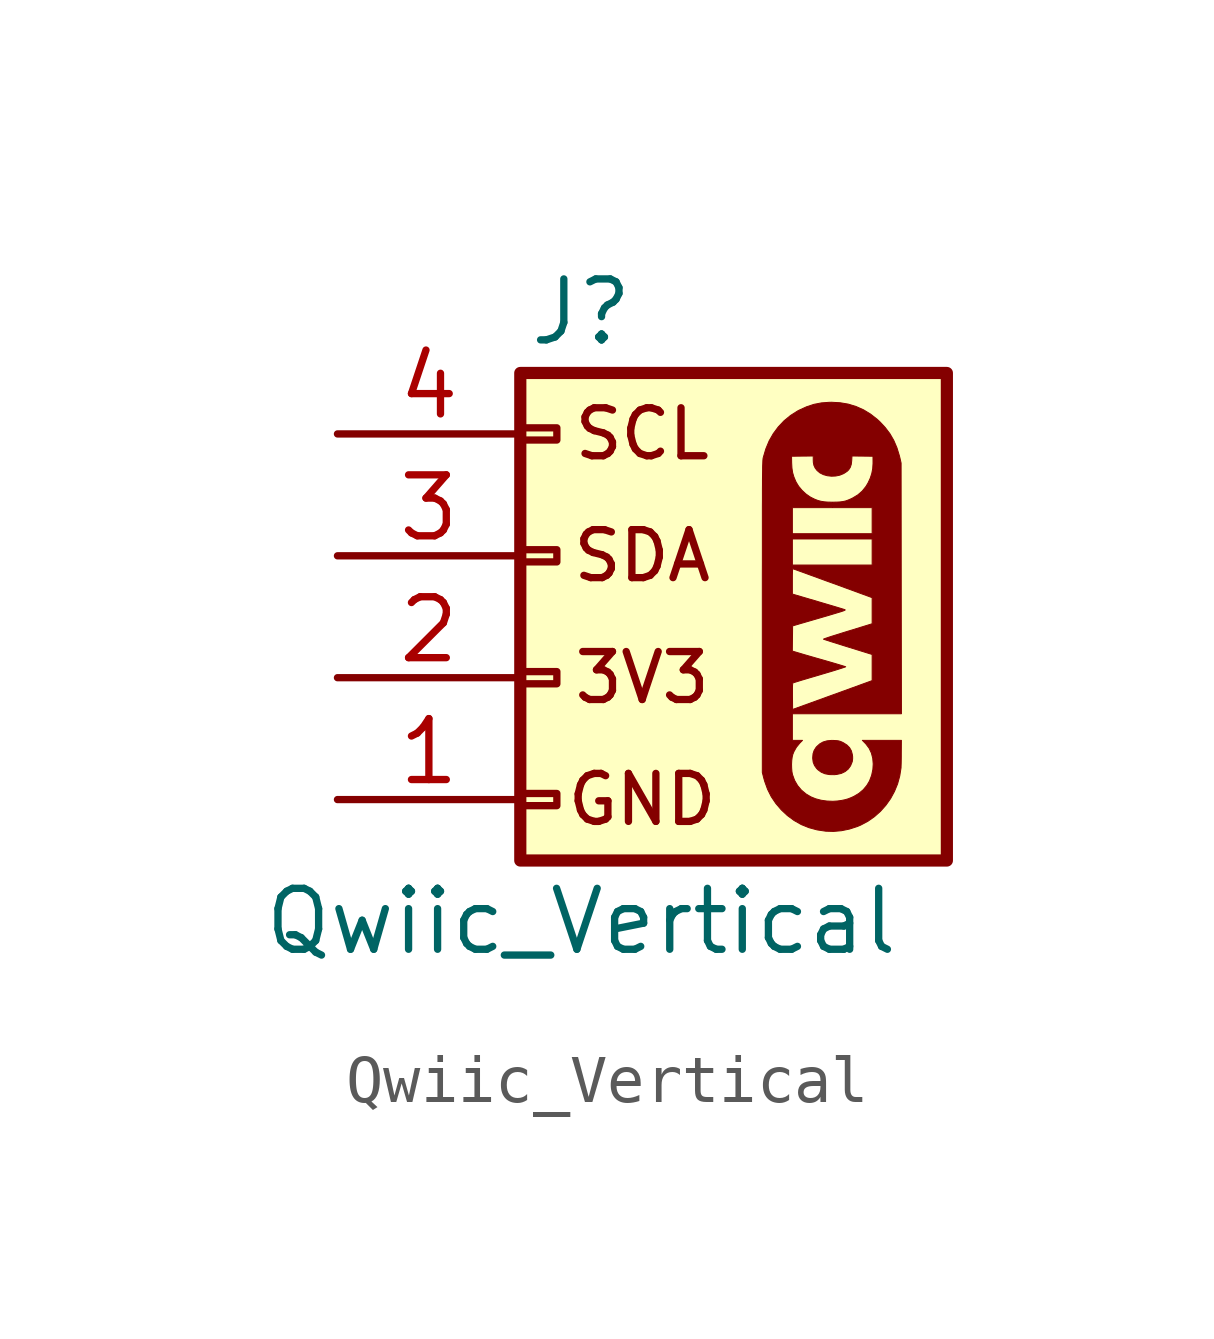
<source format=kicad_sym>
(kicad_symbol_lib
  (version 20231120)
  (generator "kicad_symbol_editor")
  (generator_version "8.0")
  (symbol "Qwiic_Vertical"
    (pin_names
      (offset 1.016) hide)
    (property "Reference" "J"
      (at 0 5.08 0)
      (effects (font (size 1.27 1.27))))
    (property "Value" "Qwiic_Vertical"
      (at 0 -7.62 0)
      (effects (font (size 1.27 1.27))))
    (symbol "Qwiic_Vertical_0_0"
      (polyline (pts (xy 5.651 -4.146) (xy 5.63 -4.065) (xy 5.592 -3.998) (xy 5.537 -3.943) (xy 5.463 -3.896) (xy 5.439 -3.884) (xy 5.402 -3.868) (xy 5.368 -3.858) (xy 5.329 -3.852) (xy 5.277 -3.849) (xy 5.218 -3.847) (xy 5.123 -3.856) (xy 5.04 -3.88) (xy 4.97 -3.92) (xy 4.908 -3.976) (xy 4.894 -3.992) (xy 4.854 -4.055) (xy 4.831 -4.124) (xy 4.824 -4.205) (xy 4.824 -4.222) (xy 4.834 -4.301) (xy 4.861 -4.369) (xy 4.905 -4.431) (xy 4.933 -4.459) (xy 5.001 -4.509) (xy 5.079 -4.542) (xy 5.17 -4.559) (xy 5.274 -4.561) (xy 5.326 -4.556) (xy 5.42 -4.535) (xy 5.499 -4.497) (xy 5.564 -4.444) (xy 5.613 -4.376) (xy 5.647 -4.293) (xy 5.65 -4.279) (xy 5.656 -4.232) (xy 5.656 -4.188) (xy 5.651 -4.146)) (stroke (width 0.01) (type default)) (fill (type outline)))
      (polyline (pts (xy 6.669 -0.679) (xy 6.666 1.933) (xy 6.642 2.039) (xy 6.63 2.087) (xy 6.579 2.253) (xy 6.514 2.404) (xy 6.434 2.543) (xy 6.336 2.673) (xy 6.221 2.796) (xy 6.17 2.843) (xy 6.03 2.953) (xy 5.884 3.042) (xy 5.729 3.111) (xy 5.567 3.161) (xy 5.395 3.19) (xy 5.215 3.2) (xy 5.17 3.199) (xy 5.006 3.187) (xy 4.851 3.157) (xy 4.701 3.108) (xy 4.551 3.04) (xy 4.51 3.019) (xy 4.361 2.924) (xy 4.226 2.813) (xy 4.107 2.687) (xy 4.003 2.547) (xy 3.916 2.395) (xy 3.847 2.229) (xy 3.795 2.053) (xy 3.793 2.045) (xy 3.791 2.036) (xy 3.789 2.024) (xy 3.788 2.011) (xy 3.786 1.994) (xy 3.785 1.973) (xy 3.784 1.948) (xy 3.783 1.918) (xy 3.781 1.881) (xy 3.78 1.838) (xy 3.78 1.787) (xy 3.779 1.728) (xy 3.778 1.659) (xy 3.777 1.581) (xy 3.777 1.492) (xy 3.776 1.393) (xy 3.776 1.28) (xy 3.776 1.156) (xy 3.775 1.017) (xy 3.775 0.865) (xy 3.775 0.697) (xy 3.775 0.514) (xy 3.775 0.314) (xy 3.775 0.097) (xy 3.775 -0.139) (xy 3.774 -0.393) (xy 3.774 -0.666) (xy 3.774 -0.96) (xy 3.774 -1.274) (xy 3.774 -4.515) (xy 3.804 -4.632) (xy 3.824 -4.703) (xy 3.884 -4.868) (xy 3.961 -5.021) (xy 4.056 -5.162) (xy 4.17 -5.295) (xy 4.295 -5.412) (xy 4.436 -5.516) (xy 4.586 -5.601) (xy 4.746 -5.666) (xy 4.916 -5.712) (xy 5.096 -5.739) (xy 5.257 -5.744) (xy 5.423 -5.729) (xy 5.589 -5.695) (xy 5.753 -5.642) (xy 5.824 -5.612) (xy 5.973 -5.533) (xy 6.111 -5.436) (xy 6.237 -5.324) (xy 6.349 -5.198) (xy 6.447 -5.06) (xy 6.528 -4.911) (xy 6.593 -4.753) (xy 6.638 -4.588) (xy 6.665 -4.417) (xy 6.665 -4.405) (xy 6.666 -4.37) (xy 6.668 -4.32) (xy 6.669 -4.257) (xy 6.67 -4.186) (xy 6.67 -4.11) (xy 6.672 -3.846) (xy 6.266 -3.846) (xy 5.859 -3.846) (xy 5.922 -3.91) (xy 5.935 -3.924) (xy 6 -4.011) (xy 6.047 -4.11) (xy 6.075 -4.219) (xy 6.085 -4.338) (xy 6.078 -4.451) (xy 6.052 -4.575) (xy 6.007 -4.694) (xy 5.952 -4.786) (xy 5.877 -4.875) (xy 5.786 -4.952) (xy 5.683 -5.013) (xy 5.631 -5.037) (xy 5.564 -5.064) (xy 5.498 -5.083) (xy 5.425 -5.098) (xy 5.338 -5.11) (xy 5.245 -5.116) (xy 5.122 -5.111) (xy 5 -5.094) (xy 4.886 -5.064) (xy 4.786 -5.023) (xy 4.683 -4.962) (xy 4.588 -4.882) (xy 4.509 -4.788) (xy 4.447 -4.681) (xy 4.404 -4.563) (xy 4.403 -4.561) (xy 4.391 -4.499) (xy 4.385 -4.424) (xy 4.383 -4.345) (xy 4.387 -4.266) (xy 4.396 -4.196) (xy 4.409 -4.14) (xy 4.432 -4.082) (xy 4.485 -3.988) (xy 4.555 -3.903) (xy 4.611 -3.846) (xy 4.505 -3.846) (xy 4.4 -3.846) (xy 4.4 -3.569) (xy 4.4 -3.291) (xy 4.405 -3.291) (xy 4.405 -3.202) (xy 4.402 -2.93) (xy 4.402 -2.896) (xy 4.402 -2.808) (xy 4.402 -2.739) (xy 4.404 -2.691) (xy 4.407 -2.661) (xy 4.411 -2.65) (xy 4.414 -2.648) (xy 4.434 -2.642) (xy 4.472 -2.63) (xy 4.527 -2.613) (xy 4.595 -2.592) (xy 4.676 -2.568) (xy 4.767 -2.541) (xy 4.866 -2.512) (xy 4.971 -2.481) (xy 5.017 -2.467) (xy 5.119 -2.437) (xy 5.213 -2.409) (xy 5.298 -2.383) (xy 5.371 -2.36) (xy 5.431 -2.341) (xy 5.475 -2.326) (xy 5.503 -2.317) (xy 5.511 -2.312) (xy 5.505 -2.31) (xy 5.48 -2.302) (xy 5.437 -2.288) (xy 5.379 -2.271) (xy 5.309 -2.25) (xy 5.228 -2.226) (xy 5.138 -2.2) (xy 5.041 -2.172) (xy 4.985 -2.156) (xy 4.886 -2.128) (xy 4.793 -2.101) (xy 4.706 -2.076) (xy 4.63 -2.054) (xy 4.567 -2.035) (xy 4.519 -2.021) (xy 4.489 -2.012) (xy 4.399 -1.985) (xy 4.402 -1.723) (xy 4.405 -1.461) (xy 4.584 -1.408) (xy 4.616 -1.399) (xy 4.774 -1.353) (xy 4.912 -1.313) (xy 5.032 -1.278) (xy 5.135 -1.248) (xy 5.222 -1.222) (xy 5.295 -1.2) (xy 5.354 -1.182) (xy 5.402 -1.168) (xy 5.438 -1.156) (xy 5.465 -1.147) (xy 5.483 -1.139) (xy 5.495 -1.134) (xy 5.5 -1.13) (xy 5.5 -1.126) (xy 5.497 -1.124) (xy 5.492 -1.121) (xy 5.49 -1.121) (xy 5.469 -1.114) (xy 5.43 -1.102) (xy 5.374 -1.085) (xy 5.305 -1.064) (xy 5.224 -1.04) (xy 5.133 -1.013) (xy 5.034 -0.984) (xy 4.93 -0.953) (xy 4.4 -0.797) (xy 4.4 -0.533) (xy 4.4 -0.479) (xy 4.4 -0.411) (xy 4.402 -0.353) (xy 4.403 -0.308) (xy 4.405 -0.279) (xy 4.407 -0.269) (xy 4.409 -0.269) (xy 4.428 -0.276) (xy 4.466 -0.289) (xy 4.52 -0.309) (xy 4.59 -0.334) (xy 4.673 -0.364) (xy 4.768 -0.399) (xy 4.874 -0.437) (xy 4.988 -0.479) (xy 5.11 -0.524) (xy 5.238 -0.57) (xy 6.063 -0.872) (xy 6.063 -0.193) (xy 5.231 -0.193) (xy 4.4 -0.193) (xy 4.4 0.079) (xy 4.4 0.351) (xy 5.231 0.351) (xy 6.063 0.351) (xy 6.063 0.46) (xy 5.231 0.46) (xy 4.4 0.46) (xy 4.4 0.732) (xy 4.4 1.004) (xy 5.231 1.004) (xy 5.237 1.004) (xy 5.237 1.118) (xy 5.146 1.119) (xy 5.067 1.125) (xy 4.997 1.136) (xy 4.933 1.153) (xy 4.868 1.178) (xy 4.797 1.213) (xy 4.766 1.23) (xy 4.681 1.29) (xy 4.601 1.365) (xy 4.531 1.449) (xy 4.478 1.536) (xy 4.469 1.556) (xy 4.431 1.646) (xy 4.405 1.735) (xy 4.391 1.83) (xy 4.385 1.939) (xy 4.383 2.075) (xy 4.609 2.078) (xy 4.835 2.08) (xy 4.835 1.996) (xy 4.837 1.948) (xy 4.849 1.886) (xy 4.874 1.832) (xy 4.914 1.779) (xy 4.973 1.729) (xy 5.046 1.692) (xy 5.128 1.669) (xy 5.215 1.659) (xy 5.304 1.663) (xy 5.39 1.681) (xy 5.47 1.714) (xy 5.54 1.76) (xy 5.573 1.792) (xy 5.607 1.844) (xy 5.628 1.907) (xy 5.637 1.984) (xy 5.642 2.08) (xy 5.861 2.078) (xy 6.08 2.075) (xy 6.081 1.971) (xy 6.081 1.921) (xy 6.074 1.813) (xy 6.055 1.716) (xy 6.024 1.62) (xy 5.978 1.52) (xy 5.934 1.446) (xy 5.857 1.35) (xy 5.765 1.27) (xy 5.659 1.206) (xy 5.625 1.189) (xy 5.565 1.163) (xy 5.51 1.143) (xy 5.455 1.131) (xy 5.395 1.123) (xy 5.324 1.119) (xy 5.237 1.118) (xy 5.237 1.004) (xy 6.063 1.004) (xy 6.063 0.732) (xy 6.063 0.46) (xy 6.063 0.351) (xy 6.063 0.079) (xy 6.063 -0.193) (xy 6.063 -0.872) (xy 6.063 -1.144) (xy 6.063 -1.416) (xy 5.552 -1.573) (xy 5.536 -1.578) (xy 5.436 -1.609) (xy 5.344 -1.638) (xy 5.26 -1.664) (xy 5.188 -1.687) (xy 5.129 -1.707) (xy 5.085 -1.722) (xy 5.058 -1.732) (xy 5.049 -1.737) (xy 5.049 -1.737) (xy 5.062 -1.742) (xy 5.094 -1.753) (xy 5.142 -1.768) (xy 5.205 -1.789) (xy 5.28 -1.812) (xy 5.366 -1.839) (xy 5.46 -1.869) (xy 5.56 -1.9) (xy 6.063 -2.056) (xy 6.063 -2.328) (xy 6.063 -2.601) (xy 5.234 -2.902) (xy 4.405 -3.202) (xy 4.405 -3.291) (xy 5.536 -3.291) (xy 6.673 -3.291) (xy 6.669 -0.679)) (stroke (width 0.01) (type default)) (fill (type outline))))
    (symbol "Qwiic_Vertical_1_1"
      (rectangle (start -1.27 -4.953) (end -0.508 -5.207) (stroke (width 0.152) (type default)) (fill (type none)))
      (rectangle (start -1.27 -2.413) (end -0.508 -2.667) (stroke (width 0.152) (type default)) (fill (type none)))
      (rectangle (start -1.27 0.127) (end -0.508 -0.127) (stroke (width 0.152) (type default)) (fill (type none)))
      (rectangle (start -1.27 2.667) (end -0.508 2.413) (stroke (width 0.152) (type default)) (fill (type none)))
      (rectangle (start -1.27 3.81) (end 7.62 -6.35) (stroke (width 0.254) (type default)) (fill (type background)))
      (text "3V3" (at 1.27 -2.54 0) (effects (font (size 1 1))))
      (text "GND" (at 1.27 -5.08 0) (effects (font (size 1 1))))
      (text "SCL" (at 1.27 2.54 0) (effects (font (size 1 1))))
      (text "SDA" (at 1.27 0 0) (effects (font (size 1 1))))
      (pin passive line (at -5.08 -5.08 0) (length 3.81) (name "Pin_1" (effects (font (size 1.27 1.27)))) (number "1" (effects (font (size 1.27 1.27)))))
      (pin passive line (at -5.08 -2.54 0) (length 3.81) (name "Pin_2" (effects (font (size 1.27 1.27)))) (number "2" (effects (font (size 1.27 1.27)))))
      (pin passive line (at -5.08 0 0) (length 3.81) (name "Pin_3" (effects (font (size 1.27 1.27)))) (number "3" (effects (font (size 1.27 1.27)))))
      (pin passive line (at -5.08 2.54 0) (length 3.81) (name "Pin_4" (effects (font (size 1.27 1.27)))) (number "4" (effects (font (size 1.27 1.27)))))
      (pin no_connect line (at 2.54 3.81 270) (length 2.54) hide (name "NC" (effects (font (size 1.27 1.27)))) (number "NC1" (effects (font (size 1.27 1.27)))))
      (pin no_connect line (at 2.54 3.81 270) (length 2.54) hide (name "NC" (effects (font (size 1.27 1.27)))) (number "NC2" (effects (font (size 1.27 1.27))))))))
</source>
